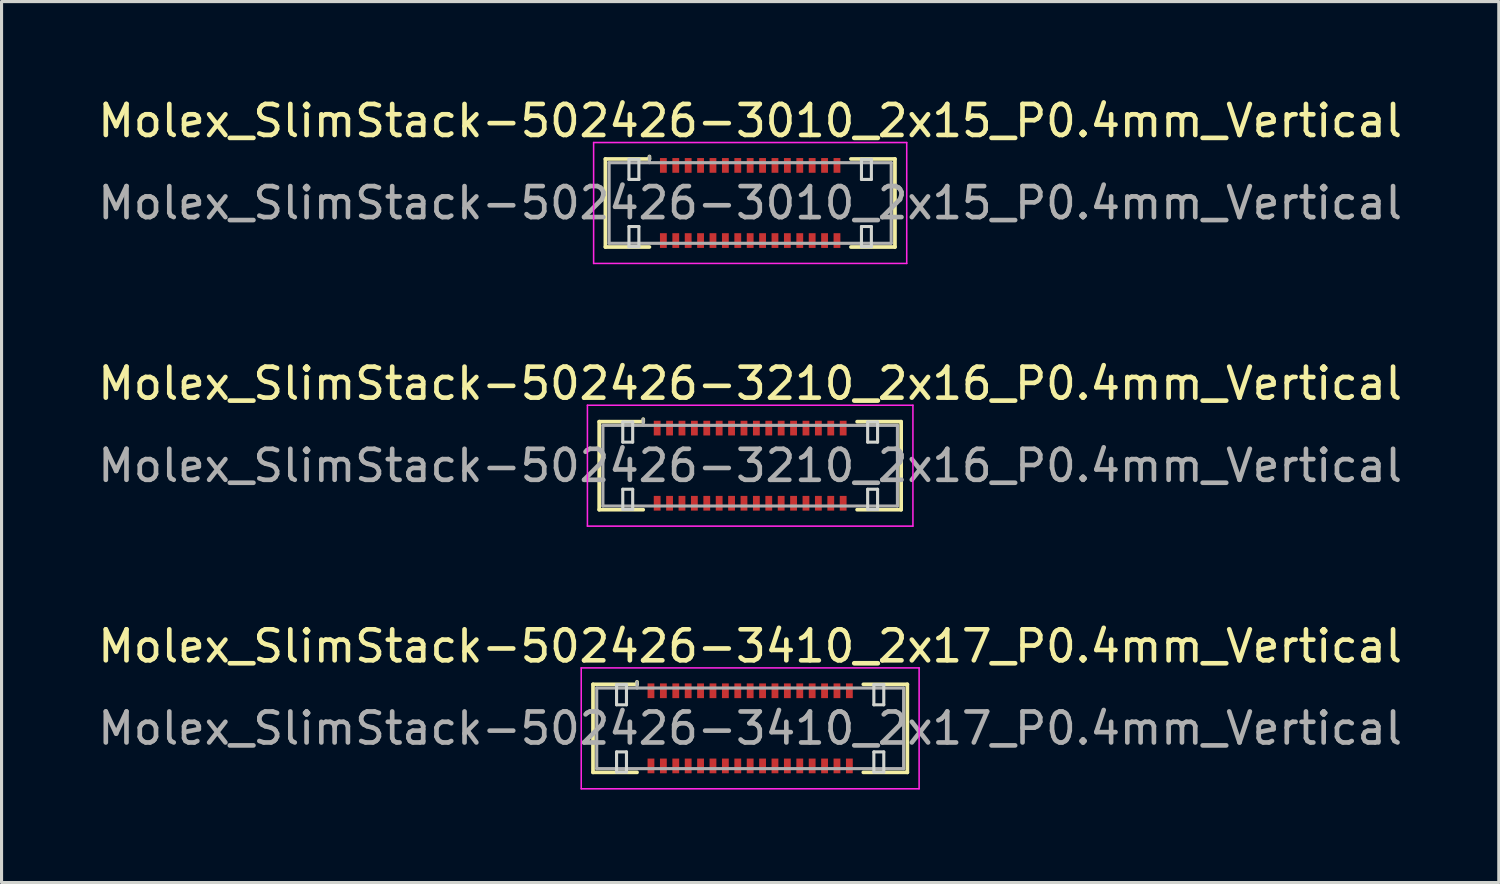
<source format=kicad_pcb>
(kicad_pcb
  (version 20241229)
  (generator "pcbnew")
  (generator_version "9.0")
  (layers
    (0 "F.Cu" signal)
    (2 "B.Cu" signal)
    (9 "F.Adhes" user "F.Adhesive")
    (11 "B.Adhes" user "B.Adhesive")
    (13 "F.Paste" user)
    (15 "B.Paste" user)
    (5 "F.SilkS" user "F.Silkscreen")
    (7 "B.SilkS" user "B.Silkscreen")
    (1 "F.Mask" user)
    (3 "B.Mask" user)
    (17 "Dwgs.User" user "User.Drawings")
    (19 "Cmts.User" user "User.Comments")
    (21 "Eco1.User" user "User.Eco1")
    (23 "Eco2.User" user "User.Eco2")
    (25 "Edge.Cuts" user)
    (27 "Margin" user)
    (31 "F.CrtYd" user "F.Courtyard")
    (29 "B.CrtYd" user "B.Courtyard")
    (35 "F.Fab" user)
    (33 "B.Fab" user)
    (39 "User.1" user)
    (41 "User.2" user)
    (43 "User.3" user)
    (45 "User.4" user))
  (footprint "Molex_SlimStack-502426-3410_2x17_P0.4mm_Vertical"
    (layer "F.Cu")
    (at 21.149 20.445)
    (property "Reference" "Molex_SlimStack-502426-3410_2x17_P0.4mm_Vertical" (at 0 -2.65 0) (layer "F.SilkS") (effects (font (size 1 1) (thickness 0.15))))
    (attr smd)
    (fp_line (start -5.07 -1.42) (end -3.65 -1.42) (stroke (width 0.12) (type solid)) (layer "F.SilkS"))
    (fp_line (start -5.07 1.42) (end -5.07 -1.42) (stroke (width 0.12) (type solid)) (layer "F.SilkS"))
    (fp_line (start -3.65 -1.42) (end -3.65 -1.5) (stroke (width 0.12) (type solid)) (layer "F.SilkS"))
    (fp_line (start -3.65 1.42) (end -5.07 1.42) (stroke (width 0.12) (type solid)) (layer "F.SilkS"))
    (fp_line (start 3.65 1.42) (end 5.07 1.42) (stroke (width 0.12) (type solid)) (layer "F.SilkS"))
    (fp_line (start 5.07 -1.42) (end 3.65 -1.42) (stroke (width 0.12) (type solid)) (layer "F.SilkS"))
    (fp_line (start 5.07 1.42) (end 5.07 -1.42) (stroke (width 0.12) (type solid)) (layer "F.SilkS"))
    (fp_line (start -4.31 -1.41) (end -4.31 -0.76) (stroke (width 0.1) (type solid)) (layer "Edge.Cuts"))
    (fp_line (start -4.31 -0.76) (end -3.99 -0.76) (stroke (width 0.1) (type solid)) (layer "Edge.Cuts"))
    (fp_line (start -4.31 0.76) (end -4.31 1.41) (stroke (width 0.1) (type solid)) (layer "Edge.Cuts"))
    (fp_line (start -4.31 1.41) (end -3.99 1.41) (stroke (width 0.1) (type solid)) (layer "Edge.Cuts"))
    (fp_line (start -3.99 -1.41) (end -4.31 -1.41) (stroke (width 0.1) (type solid)) (layer "Edge.Cuts"))
    (fp_line (start -3.99 -0.76) (end -3.99 -1.41) (stroke (width 0.1) (type solid)) (layer "Edge.Cuts"))
    (fp_line (start -3.99 0.76) (end -4.31 0.76) (stroke (width 0.1) (type solid)) (layer "Edge.Cuts"))
    (fp_line (start -3.99 1.41) (end -3.99 0.76) (stroke (width 0.1) (type solid)) (layer "Edge.Cuts"))
    (fp_line (start 3.99 -1.41) (end 3.99 -0.76) (stroke (width 0.1) (type solid)) (layer "Edge.Cuts"))
    (fp_line (start 3.99 -0.76) (end 4.31 -0.76) (stroke (width 0.1) (type solid)) (layer "Edge.Cuts"))
    (fp_line (start 3.99 0.76) (end 3.99 1.41) (stroke (width 0.1) (type solid)) (layer "Edge.Cuts"))
    (fp_line (start 3.99 1.41) (end 4.31 1.41) (stroke (width 0.1) (type solid)) (layer "Edge.Cuts"))
    (fp_line (start 4.31 -1.41) (end 3.99 -1.41) (stroke (width 0.1) (type solid)) (layer "Edge.Cuts"))
    (fp_line (start 4.31 -0.76) (end 4.31 -1.41) (stroke (width 0.1) (type solid)) (layer "Edge.Cuts"))
    (fp_line (start 4.31 0.76) (end 3.99 0.76) (stroke (width 0.1) (type solid)) (layer "Edge.Cuts"))
    (fp_line (start 4.31 1.41) (end 4.31 0.76) (stroke (width 0.1) (type solid)) (layer "Edge.Cuts"))
    (fp_line (start -5.45 -1.95) (end -5.45 1.95) (stroke (width 0.05) (type solid)) (layer "F.CrtYd"))
    (fp_line (start -5.45 1.95) (end 5.45 1.95) (stroke (width 0.05) (type solid)) (layer "F.CrtYd"))
    (fp_line (start 5.45 -1.95) (end -5.45 -1.95) (stroke (width 0.05) (type solid)) (layer "F.CrtYd"))
    (fp_line (start 5.45 1.95) (end 5.45 -1.95) (stroke (width 0.05) (type solid)) (layer "F.CrtYd"))
    (fp_line (start -4.95 -1.3) (end -4.95 1.3) (stroke (width 0.1) (type solid)) (layer "F.Fab"))
    (fp_line (start -4.95 1.3) (end 4.95 1.3) (stroke (width 0.1) (type solid)) (layer "F.Fab"))
    (fp_line (start -3.65 -1.3) (end -3.65 -1.5) (stroke (width 0.1) (type solid)) (layer "F.Fab"))
    (fp_line (start 4.95 -1.3) (end -4.95 -1.3) (stroke (width 0.1) (type solid)) (layer "F.Fab"))
    (fp_line (start 4.95 1.3) (end 4.95 -1.3) (stroke (width 0.1) (type solid)) (layer "F.Fab"))
    (fp_text user "${REFERENCE}" (at 0 0 0) (layer "F.Fab") (effects (font (size 1 1) (thickness 0.15))))
    (pad "1" smd rect (at 3.2 -1.212) (size 0.22 0.475) (layers "F.Cu" "F.Mask" "F.Paste"))
    (pad "2" smd rect (at 3.2 1.212) (size 0.22 0.475) (layers "F.Cu" "F.Mask" "F.Paste"))
    (pad "3" smd rect (at 2.8 -1.212) (size 0.22 0.475) (layers "F.Cu" "F.Mask" "F.Paste"))
    (pad "4" smd rect (at 2.8 1.212) (size 0.22 0.475) (layers "F.Cu" "F.Mask" "F.Paste"))
    (pad "5" smd rect (at 2.4 -1.212) (size 0.22 0.475) (layers "F.Cu" "F.Mask" "F.Paste"))
    (pad "6" smd rect (at 2.4 1.212) (size 0.22 0.475) (layers "F.Cu" "F.Mask" "F.Paste"))
    (pad "7" smd rect (at 2 -1.212) (size 0.22 0.475) (layers "F.Cu" "F.Mask" "F.Paste"))
    (pad "8" smd rect (at 2 1.212) (size 0.22 0.475) (layers "F.Cu" "F.Mask" "F.Paste"))
    (pad "9" smd rect (at 1.6 -1.212) (size 0.22 0.475) (layers "F.Cu" "F.Mask" "F.Paste"))
    (pad "10" smd rect (at 1.6 1.212) (size 0.22 0.475) (layers "F.Cu" "F.Mask" "F.Paste"))
    (pad "11" smd rect (at 1.2 -1.212) (size 0.22 0.475) (layers "F.Cu" "F.Mask" "F.Paste"))
    (pad "12" smd rect (at 1.2 1.212) (size 0.22 0.475) (layers "F.Cu" "F.Mask" "F.Paste"))
    (pad "13" smd rect (at 0.8 -1.212) (size 0.22 0.475) (layers "F.Cu" "F.Mask" "F.Paste"))
    (pad "14" smd rect (at 0.8 1.212) (size 0.22 0.475) (layers "F.Cu" "F.Mask" "F.Paste"))
    (pad "15" smd rect (at 0.4 -1.212) (size 0.22 0.475) (layers "F.Cu" "F.Mask" "F.Paste"))
    (pad "16" smd rect (at 0.4 1.212) (size 0.22 0.475) (layers "F.Cu" "F.Mask" "F.Paste"))
    (pad "17" smd rect (at 0 -1.212) (size 0.22 0.475) (layers "F.Cu" "F.Mask" "F.Paste"))
    (pad "18" smd rect (at 0 1.212) (size 0.22 0.475) (layers "F.Cu" "F.Mask" "F.Paste"))
    (pad "19" smd rect (at -0.4 -1.212) (size 0.22 0.475) (layers "F.Cu" "F.Mask" "F.Paste"))
    (pad "20" smd rect (at -0.4 1.212) (size 0.22 0.475) (layers "F.Cu" "F.Mask" "F.Paste"))
    (pad "21" smd rect (at -0.8 -1.212) (size 0.22 0.475) (layers "F.Cu" "F.Mask" "F.Paste"))
    (pad "22" smd rect (at -0.8 1.212) (size 0.22 0.475) (layers "F.Cu" "F.Mask" "F.Paste"))
    (pad "23" smd rect (at -1.2 -1.212) (size 0.22 0.475) (layers "F.Cu" "F.Mask" "F.Paste"))
    (pad "24" smd rect (at -1.2 1.212) (size 0.22 0.475) (layers "F.Cu" "F.Mask" "F.Paste"))
    (pad "25" smd rect (at -1.6 -1.212) (size 0.22 0.475) (layers "F.Cu" "F.Mask" "F.Paste"))
    (pad "26" smd rect (at -1.6 1.212) (size 0.22 0.475) (layers "F.Cu" "F.Mask" "F.Paste"))
    (pad "27" smd rect (at -2 -1.212) (size 0.22 0.475) (layers "F.Cu" "F.Mask" "F.Paste"))
    (pad "28" smd rect (at -2 1.212) (size 0.22 0.475) (layers "F.Cu" "F.Mask" "F.Paste"))
    (pad "29" smd rect (at -2.4 -1.212) (size 0.22 0.475) (layers "F.Cu" "F.Mask" "F.Paste"))
    (pad "30" smd rect (at -2.4 1.212) (size 0.22 0.475) (layers "F.Cu" "F.Mask" "F.Paste"))
    (pad "31" smd rect (at -2.8 -1.212) (size 0.22 0.475) (layers "F.Cu" "F.Mask" "F.Paste"))
    (pad "32" smd rect (at -2.8 1.212) (size 0.22 0.475) (layers "F.Cu" "F.Mask" "F.Paste"))
    (pad "33" smd rect (at -3.2 -1.212) (size 0.22 0.475) (layers "F.Cu" "F.Mask" "F.Paste"))
    (pad "34" smd rect (at -3.2 1.212) (size 0.22 0.475) (layers "F.Cu" "F.Mask" "F.Paste")))
  (footprint "Molex_SlimStack-502426-3210_2x16_P0.4mm_Vertical"
    (layer "F.Cu")
    (at 21.149 11.972)
    (property "Reference" "Molex_SlimStack-502426-3210_2x16_P0.4mm_Vertical" (at 0 -2.65 0) (layer "F.SilkS") (effects (font (size 1 1) (thickness 0.15))))
    (attr smd)
    (fp_line (start -4.87 -1.42) (end -3.45 -1.42) (stroke (width 0.12) (type solid)) (layer "F.SilkS"))
    (fp_line (start -4.87 1.42) (end -4.87 -1.42) (stroke (width 0.12) (type solid)) (layer "F.SilkS"))
    (fp_line (start -3.45 -1.42) (end -3.45 -1.5) (stroke (width 0.12) (type solid)) (layer "F.SilkS"))
    (fp_line (start -3.45 1.42) (end -4.87 1.42) (stroke (width 0.12) (type solid)) (layer "F.SilkS"))
    (fp_line (start 3.45 1.42) (end 4.87 1.42) (stroke (width 0.12) (type solid)) (layer "F.SilkS"))
    (fp_line (start 4.87 -1.42) (end 3.45 -1.42) (stroke (width 0.12) (type solid)) (layer "F.SilkS"))
    (fp_line (start 4.87 1.42) (end 4.87 -1.42) (stroke (width 0.12) (type solid)) (layer "F.SilkS"))
    (fp_line (start -4.11 -1.41) (end -4.11 -0.76) (stroke (width 0.1) (type solid)) (layer "Edge.Cuts"))
    (fp_line (start -4.11 -0.76) (end -3.79 -0.76) (stroke (width 0.1) (type solid)) (layer "Edge.Cuts"))
    (fp_line (start -4.11 0.76) (end -4.11 1.41) (stroke (width 0.1) (type solid)) (layer "Edge.Cuts"))
    (fp_line (start -4.11 1.41) (end -3.79 1.41) (stroke (width 0.1) (type solid)) (layer "Edge.Cuts"))
    (fp_line (start -3.79 -1.41) (end -4.11 -1.41) (stroke (width 0.1) (type solid)) (layer "Edge.Cuts"))
    (fp_line (start -3.79 -0.76) (end -3.79 -1.41) (stroke (width 0.1) (type solid)) (layer "Edge.Cuts"))
    (fp_line (start -3.79 0.76) (end -4.11 0.76) (stroke (width 0.1) (type solid)) (layer "Edge.Cuts"))
    (fp_line (start -3.79 1.41) (end -3.79 0.76) (stroke (width 0.1) (type solid)) (layer "Edge.Cuts"))
    (fp_line (start 3.79 -1.41) (end 3.79 -0.76) (stroke (width 0.1) (type solid)) (layer "Edge.Cuts"))
    (fp_line (start 3.79 -0.76) (end 4.11 -0.76) (stroke (width 0.1) (type solid)) (layer "Edge.Cuts"))
    (fp_line (start 3.79 0.76) (end 3.79 1.41) (stroke (width 0.1) (type solid)) (layer "Edge.Cuts"))
    (fp_line (start 3.79 1.41) (end 4.11 1.41) (stroke (width 0.1) (type solid)) (layer "Edge.Cuts"))
    (fp_line (start 4.11 -1.41) (end 3.79 -1.41) (stroke (width 0.1) (type solid)) (layer "Edge.Cuts"))
    (fp_line (start 4.11 -0.76) (end 4.11 -1.41) (stroke (width 0.1) (type solid)) (layer "Edge.Cuts"))
    (fp_line (start 4.11 0.76) (end 3.79 0.76) (stroke (width 0.1) (type solid)) (layer "Edge.Cuts"))
    (fp_line (start 4.11 1.41) (end 4.11 0.76) (stroke (width 0.1) (type solid)) (layer "Edge.Cuts"))
    (fp_line (start -5.25 -1.95) (end -5.25 1.95) (stroke (width 0.05) (type solid)) (layer "F.CrtYd"))
    (fp_line (start -5.25 1.95) (end 5.25 1.95) (stroke (width 0.05) (type solid)) (layer "F.CrtYd"))
    (fp_line (start 5.25 -1.95) (end -5.25 -1.95) (stroke (width 0.05) (type solid)) (layer "F.CrtYd"))
    (fp_line (start 5.25 1.95) (end 5.25 -1.95) (stroke (width 0.05) (type solid)) (layer "F.CrtYd"))
    (fp_line (start -4.75 -1.3) (end -4.75 1.3) (stroke (width 0.1) (type solid)) (layer "F.Fab"))
    (fp_line (start -4.75 1.3) (end 4.75 1.3) (stroke (width 0.1) (type solid)) (layer "F.Fab"))
    (fp_line (start -3.45 -1.3) (end -3.45 -1.5) (stroke (width 0.1) (type solid)) (layer "F.Fab"))
    (fp_line (start 4.75 -1.3) (end -4.75 -1.3) (stroke (width 0.1) (type solid)) (layer "F.Fab"))
    (fp_line (start 4.75 1.3) (end 4.75 -1.3) (stroke (width 0.1) (type solid)) (layer "F.Fab"))
    (fp_text user "${REFERENCE}" (at 0 0 0) (layer "F.Fab") (effects (font (size 1 1) (thickness 0.15))))
    (pad "1" smd rect (at 3 -1.212) (size 0.22 0.475) (layers "F.Cu" "F.Mask" "F.Paste"))
    (pad "2" smd rect (at 3 1.212) (size 0.22 0.475) (layers "F.Cu" "F.Mask" "F.Paste"))
    (pad "3" smd rect (at 2.6 -1.212) (size 0.22 0.475) (layers "F.Cu" "F.Mask" "F.Paste"))
    (pad "4" smd rect (at 2.6 1.212) (size 0.22 0.475) (layers "F.Cu" "F.Mask" "F.Paste"))
    (pad "5" smd rect (at 2.2 -1.212) (size 0.22 0.475) (layers "F.Cu" "F.Mask" "F.Paste"))
    (pad "6" smd rect (at 2.2 1.212) (size 0.22 0.475) (layers "F.Cu" "F.Mask" "F.Paste"))
    (pad "7" smd rect (at 1.8 -1.212) (size 0.22 0.475) (layers "F.Cu" "F.Mask" "F.Paste"))
    (pad "8" smd rect (at 1.8 1.212) (size 0.22 0.475) (layers "F.Cu" "F.Mask" "F.Paste"))
    (pad "9" smd rect (at 1.4 -1.212) (size 0.22 0.475) (layers "F.Cu" "F.Mask" "F.Paste"))
    (pad "10" smd rect (at 1.4 1.212) (size 0.22 0.475) (layers "F.Cu" "F.Mask" "F.Paste"))
    (pad "11" smd rect (at 1 -1.212) (size 0.22 0.475) (layers "F.Cu" "F.Mask" "F.Paste"))
    (pad "12" smd rect (at 1 1.212) (size 0.22 0.475) (layers "F.Cu" "F.Mask" "F.Paste"))
    (pad "13" smd rect (at 0.6 -1.212) (size 0.22 0.475) (layers "F.Cu" "F.Mask" "F.Paste"))
    (pad "14" smd rect (at 0.6 1.212) (size 0.22 0.475) (layers "F.Cu" "F.Mask" "F.Paste"))
    (pad "15" smd rect (at 0.2 -1.212) (size 0.22 0.475) (layers "F.Cu" "F.Mask" "F.Paste"))
    (pad "16" smd rect (at 0.2 1.212) (size 0.22 0.475) (layers "F.Cu" "F.Mask" "F.Paste"))
    (pad "17" smd rect (at -0.2 -1.212) (size 0.22 0.475) (layers "F.Cu" "F.Mask" "F.Paste"))
    (pad "18" smd rect (at -0.2 1.212) (size 0.22 0.475) (layers "F.Cu" "F.Mask" "F.Paste"))
    (pad "19" smd rect (at -0.6 -1.212) (size 0.22 0.475) (layers "F.Cu" "F.Mask" "F.Paste"))
    (pad "20" smd rect (at -0.6 1.212) (size 0.22 0.475) (layers "F.Cu" "F.Mask" "F.Paste"))
    (pad "21" smd rect (at -1 -1.212) (size 0.22 0.475) (layers "F.Cu" "F.Mask" "F.Paste"))
    (pad "22" smd rect (at -1 1.212) (size 0.22 0.475) (layers "F.Cu" "F.Mask" "F.Paste"))
    (pad "23" smd rect (at -1.4 -1.212) (size 0.22 0.475) (layers "F.Cu" "F.Mask" "F.Paste"))
    (pad "24" smd rect (at -1.4 1.212) (size 0.22 0.475) (layers "F.Cu" "F.Mask" "F.Paste"))
    (pad "25" smd rect (at -1.8 -1.212) (size 0.22 0.475) (layers "F.Cu" "F.Mask" "F.Paste"))
    (pad "26" smd rect (at -1.8 1.212) (size 0.22 0.475) (layers "F.Cu" "F.Mask" "F.Paste"))
    (pad "27" smd rect (at -2.2 -1.212) (size 0.22 0.475) (layers "F.Cu" "F.Mask" "F.Paste"))
    (pad "28" smd rect (at -2.2 1.212) (size 0.22 0.475) (layers "F.Cu" "F.Mask" "F.Paste"))
    (pad "29" smd rect (at -2.6 -1.212) (size 0.22 0.475) (layers "F.Cu" "F.Mask" "F.Paste"))
    (pad "30" smd rect (at -2.6 1.212) (size 0.22 0.475) (layers "F.Cu" "F.Mask" "F.Paste"))
    (pad "31" smd rect (at -3 -1.212) (size 0.22 0.475) (layers "F.Cu" "F.Mask" "F.Paste"))
    (pad "32" smd rect (at -3 1.212) (size 0.22 0.475) (layers "F.Cu" "F.Mask" "F.Paste")))
  (footprint "Molex_SlimStack-502426-3010_2x15_P0.4mm_Vertical"
    (layer "F.Cu")
    (at 21.149 3.498)
    (property "Reference" "Molex_SlimStack-502426-3010_2x15_P0.4mm_Vertical" (at 0 -2.65 0) (layer "F.SilkS") (effects (font (size 1 1) (thickness 0.15))))
    (attr smd)
    (fp_line (start -4.67 -1.42) (end -3.25 -1.42) (stroke (width 0.12) (type solid)) (layer "F.SilkS"))
    (fp_line (start -4.67 1.42) (end -4.67 -1.42) (stroke (width 0.12) (type solid)) (layer "F.SilkS"))
    (fp_line (start -3.25 -1.42) (end -3.25 -1.5) (stroke (width 0.12) (type solid)) (layer "F.SilkS"))
    (fp_line (start -3.25 1.42) (end -4.67 1.42) (stroke (width 0.12) (type solid)) (layer "F.SilkS"))
    (fp_line (start 3.25 1.42) (end 4.67 1.42) (stroke (width 0.12) (type solid)) (layer "F.SilkS"))
    (fp_line (start 4.67 -1.42) (end 3.25 -1.42) (stroke (width 0.12) (type solid)) (layer "F.SilkS"))
    (fp_line (start 4.67 1.42) (end 4.67 -1.42) (stroke (width 0.12) (type solid)) (layer "F.SilkS"))
    (fp_line (start -3.91 -1.41) (end -3.91 -0.76) (stroke (width 0.1) (type solid)) (layer "Edge.Cuts"))
    (fp_line (start -3.91 -0.76) (end -3.59 -0.76) (stroke (width 0.1) (type solid)) (layer "Edge.Cuts"))
    (fp_line (start -3.91 0.76) (end -3.91 1.41) (stroke (width 0.1) (type solid)) (layer "Edge.Cuts"))
    (fp_line (start -3.91 1.41) (end -3.59 1.41) (stroke (width 0.1) (type solid)) (layer "Edge.Cuts"))
    (fp_line (start -3.59 -1.41) (end -3.91 -1.41) (stroke (width 0.1) (type solid)) (layer "Edge.Cuts"))
    (fp_line (start -3.59 -0.76) (end -3.59 -1.41) (stroke (width 0.1) (type solid)) (layer "Edge.Cuts"))
    (fp_line (start -3.59 0.76) (end -3.91 0.76) (stroke (width 0.1) (type solid)) (layer "Edge.Cuts"))
    (fp_line (start -3.59 1.41) (end -3.59 0.76) (stroke (width 0.1) (type solid)) (layer "Edge.Cuts"))
    (fp_line (start 3.59 -1.41) (end 3.59 -0.76) (stroke (width 0.1) (type solid)) (layer "Edge.Cuts"))
    (fp_line (start 3.59 -0.76) (end 3.91 -0.76) (stroke (width 0.1) (type solid)) (layer "Edge.Cuts"))
    (fp_line (start 3.59 0.76) (end 3.59 1.41) (stroke (width 0.1) (type solid)) (layer "Edge.Cuts"))
    (fp_line (start 3.59 1.41) (end 3.91 1.41) (stroke (width 0.1) (type solid)) (layer "Edge.Cuts"))
    (fp_line (start 3.91 -1.41) (end 3.59 -1.41) (stroke (width 0.1) (type solid)) (layer "Edge.Cuts"))
    (fp_line (start 3.91 -0.76) (end 3.91 -1.41) (stroke (width 0.1) (type solid)) (layer "Edge.Cuts"))
    (fp_line (start 3.91 0.76) (end 3.59 0.76) (stroke (width 0.1) (type solid)) (layer "Edge.Cuts"))
    (fp_line (start 3.91 1.41) (end 3.91 0.76) (stroke (width 0.1) (type solid)) (layer "Edge.Cuts"))
    (fp_line (start -5.05 -1.95) (end -5.05 1.95) (stroke (width 0.05) (type solid)) (layer "F.CrtYd"))
    (fp_line (start -5.05 1.95) (end 5.05 1.95) (stroke (width 0.05) (type solid)) (layer "F.CrtYd"))
    (fp_line (start 5.05 -1.95) (end -5.05 -1.95) (stroke (width 0.05) (type solid)) (layer "F.CrtYd"))
    (fp_line (start 5.05 1.95) (end 5.05 -1.95) (stroke (width 0.05) (type solid)) (layer "F.CrtYd"))
    (fp_line (start -4.55 -1.3) (end -4.55 1.3) (stroke (width 0.1) (type solid)) (layer "F.Fab"))
    (fp_line (start -4.55 1.3) (end 4.55 1.3) (stroke (width 0.1) (type solid)) (layer "F.Fab"))
    (fp_line (start -3.25 -1.3) (end -3.25 -1.5) (stroke (width 0.1) (type solid)) (layer "F.Fab"))
    (fp_line (start 4.55 -1.3) (end -4.55 -1.3) (stroke (width 0.1) (type solid)) (layer "F.Fab"))
    (fp_line (start 4.55 1.3) (end 4.55 -1.3) (stroke (width 0.1) (type solid)) (layer "F.Fab"))
    (fp_text user "${REFERENCE}" (at 0 0 0) (layer "F.Fab") (effects (font (size 1 1) (thickness 0.15))))
    (pad "1" smd rect (at 2.8 -1.212) (size 0.22 0.475) (layers "F.Cu" "F.Mask" "F.Paste"))
    (pad "2" smd rect (at 2.8 1.212) (size 0.22 0.475) (layers "F.Cu" "F.Mask" "F.Paste"))
    (pad "3" smd rect (at 2.4 -1.212) (size 0.22 0.475) (layers "F.Cu" "F.Mask" "F.Paste"))
    (pad "4" smd rect (at 2.4 1.212) (size 0.22 0.475) (layers "F.Cu" "F.Mask" "F.Paste"))
    (pad "5" smd rect (at 2 -1.212) (size 0.22 0.475) (layers "F.Cu" "F.Mask" "F.Paste"))
    (pad "6" smd rect (at 2 1.212) (size 0.22 0.475) (layers "F.Cu" "F.Mask" "F.Paste"))
    (pad "7" smd rect (at 1.6 -1.212) (size 0.22 0.475) (layers "F.Cu" "F.Mask" "F.Paste"))
    (pad "8" smd rect (at 1.6 1.212) (size 0.22 0.475) (layers "F.Cu" "F.Mask" "F.Paste"))
    (pad "9" smd rect (at 1.2 -1.212) (size 0.22 0.475) (layers "F.Cu" "F.Mask" "F.Paste"))
    (pad "10" smd rect (at 1.2 1.212) (size 0.22 0.475) (layers "F.Cu" "F.Mask" "F.Paste"))
    (pad "11" smd rect (at 0.8 -1.212) (size 0.22 0.475) (layers "F.Cu" "F.Mask" "F.Paste"))
    (pad "12" smd rect (at 0.8 1.212) (size 0.22 0.475) (layers "F.Cu" "F.Mask" "F.Paste"))
    (pad "13" smd rect (at 0.4 -1.212) (size 0.22 0.475) (layers "F.Cu" "F.Mask" "F.Paste"))
    (pad "14" smd rect (at 0.4 1.212) (size 0.22 0.475) (layers "F.Cu" "F.Mask" "F.Paste"))
    (pad "15" smd rect (at 0 -1.212) (size 0.22 0.475) (layers "F.Cu" "F.Mask" "F.Paste"))
    (pad "16" smd rect (at 0 1.212) (size 0.22 0.475) (layers "F.Cu" "F.Mask" "F.Paste"))
    (pad "17" smd rect (at -0.4 -1.212) (size 0.22 0.475) (layers "F.Cu" "F.Mask" "F.Paste"))
    (pad "18" smd rect (at -0.4 1.212) (size 0.22 0.475) (layers "F.Cu" "F.Mask" "F.Paste"))
    (pad "19" smd rect (at -0.8 -1.212) (size 0.22 0.475) (layers "F.Cu" "F.Mask" "F.Paste"))
    (pad "20" smd rect (at -0.8 1.212) (size 0.22 0.475) (layers "F.Cu" "F.Mask" "F.Paste"))
    (pad "21" smd rect (at -1.2 -1.212) (size 0.22 0.475) (layers "F.Cu" "F.Mask" "F.Paste"))
    (pad "22" smd rect (at -1.2 1.212) (size 0.22 0.475) (layers "F.Cu" "F.Mask" "F.Paste"))
    (pad "23" smd rect (at -1.6 -1.212) (size 0.22 0.475) (layers "F.Cu" "F.Mask" "F.Paste"))
    (pad "24" smd rect (at -1.6 1.212) (size 0.22 0.475) (layers "F.Cu" "F.Mask" "F.Paste"))
    (pad "25" smd rect (at -2 -1.212) (size 0.22 0.475) (layers "F.Cu" "F.Mask" "F.Paste"))
    (pad "26" smd rect (at -2 1.212) (size 0.22 0.475) (layers "F.Cu" "F.Mask" "F.Paste"))
    (pad "27" smd rect (at -2.4 -1.212) (size 0.22 0.475) (layers "F.Cu" "F.Mask" "F.Paste"))
    (pad "28" smd rect (at -2.4 1.212) (size 0.22 0.475) (layers "F.Cu" "F.Mask" "F.Paste"))
    (pad "29" smd rect (at -2.8 -1.212) (size 0.22 0.475) (layers "F.Cu" "F.Mask" "F.Paste"))
    (pad "30" smd rect (at -2.8 1.212) (size 0.22 0.475) (layers "F.Cu" "F.Mask" "F.Paste")))
  (gr_rect
    (start -3 -3)
    (end 45.298 25.42)
    (stroke (width 0.1) (type default))
    (fill no)
    (layer "Edge.Cuts")))
</source>
